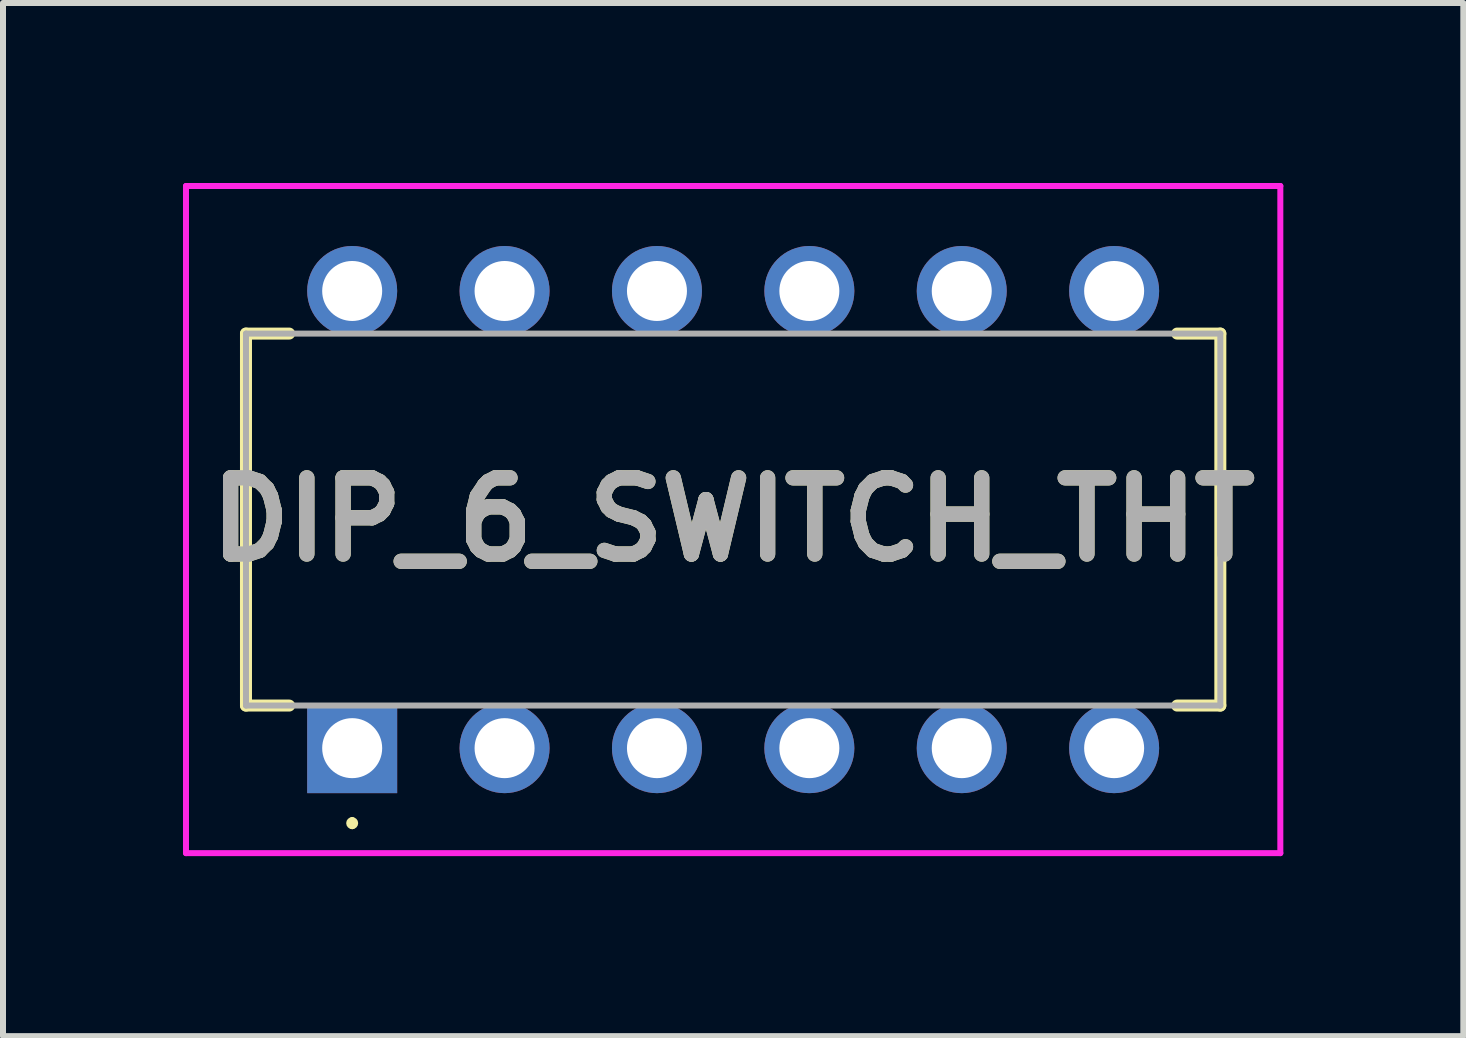
<source format=kicad_pcb>
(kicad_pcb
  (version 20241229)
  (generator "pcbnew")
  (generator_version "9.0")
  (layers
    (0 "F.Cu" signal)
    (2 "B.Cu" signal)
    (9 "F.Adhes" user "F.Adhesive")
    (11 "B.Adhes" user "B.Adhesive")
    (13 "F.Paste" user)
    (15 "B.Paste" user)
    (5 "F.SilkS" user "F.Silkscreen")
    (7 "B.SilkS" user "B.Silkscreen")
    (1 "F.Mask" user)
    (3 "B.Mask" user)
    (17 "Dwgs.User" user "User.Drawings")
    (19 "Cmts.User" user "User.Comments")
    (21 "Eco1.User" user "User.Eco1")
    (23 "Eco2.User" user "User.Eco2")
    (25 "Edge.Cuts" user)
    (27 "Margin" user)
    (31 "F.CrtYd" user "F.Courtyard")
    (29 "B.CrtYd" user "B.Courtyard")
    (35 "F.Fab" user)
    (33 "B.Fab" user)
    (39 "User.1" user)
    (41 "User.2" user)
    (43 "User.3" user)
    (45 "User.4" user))
  (footprint "DIP_6_SWITCH_THT"
    (layer "F.Cu")
    (at 2.82 9.42)
    (property "Reference" "DIP_6_SWITCH_THT" (at 6.35 -3.81 0) (layer "F.SilkS") (effects (font (size 1.27 1.27) (thickness 0.254))))
    (attr through_hole)
    (fp_line (start -1.77 -6.91) (end -1.77 -0.71) (stroke (width 0.2) (type solid)) (layer "F.SilkS"))
    (fp_line (start -1.77 -0.71) (end -1.05 -0.71) (stroke (width 0.2) (type solid)) (layer "F.SilkS"))
    (fp_line (start -1.05 -6.91) (end -1.77 -6.91) (stroke (width 0.2) (type solid)) (layer "F.SilkS"))
    (fp_line (start 0 1.2) (end 0 1.2) (stroke (width 0.1) (type solid)) (layer "F.SilkS"))
    (fp_line (start 0 1.3) (end 0 1.3) (stroke (width 0.1) (type solid)) (layer "F.SilkS"))
    (fp_line (start 13.75 -6.91) (end 14.47 -6.91) (stroke (width 0.2) (type solid)) (layer "F.SilkS"))
    (fp_line (start 14.47 -6.91) (end 14.47 -0.71) (stroke (width 0.2) (type solid)) (layer "F.SilkS"))
    (fp_line (start 14.47 -0.71) (end 13.75 -0.71) (stroke (width 0.2) (type solid)) (layer "F.SilkS"))
    (fp_arc (start 0 1.2) (mid 0.05 1.25) (end 0 1.3) (stroke (width 0.1) (type solid)) (layer "F.SilkS"))
    (fp_arc (start 0 1.3) (mid -0.05 1.25) (end 0 1.2) (stroke (width 0.1) (type solid)) (layer "F.SilkS"))
    (fp_line (start -2.77 -9.37) (end 15.47 -9.37) (stroke (width 0.1) (type solid)) (layer "F.CrtYd"))
    (fp_line (start -2.77 1.75) (end -2.77 -9.37) (stroke (width 0.1) (type solid)) (layer "F.CrtYd"))
    (fp_line (start 15.47 -9.37) (end 15.47 1.75) (stroke (width 0.1) (type solid)) (layer "F.CrtYd"))
    (fp_line (start 15.47 1.75) (end -2.77 1.75) (stroke (width 0.1) (type solid)) (layer "F.CrtYd"))
    (fp_line (start -1.77 -6.91) (end -1.77 -0.71) (stroke (width 0.1) (type solid)) (layer "F.Fab"))
    (fp_line (start -1.77 -0.71) (end 14.47 -0.71) (stroke (width 0.1) (type solid)) (layer "F.Fab"))
    (fp_line (start 14.47 -6.91) (end -1.77 -6.91) (stroke (width 0.1) (type solid)) (layer "F.Fab"))
    (fp_line (start 14.47 -0.71) (end 14.47 -6.91) (stroke (width 0.1) (type solid)) (layer "F.Fab"))
    (fp_text user "${REFERENCE}" (at 6.35 -3.81 0) (layer "F.Fab") (effects (font (size 1.27 1.27) (thickness 0.254))))
    (pad "A1" thru_hole rect (at 0 0) (size 1.5 1.5) (drill 1) (layers "*.Cu" "*.Mask"))
    (pad "A2" thru_hole circle (at 2.54 0) (size 1.5 1.5) (drill 1) (layers "*.Cu" "*.Mask"))
    (pad "A3" thru_hole circle (at 5.08 0) (size 1.5 1.5) (drill 1) (layers "*.Cu" "*.Mask"))
    (pad "A4" thru_hole circle (at 7.62 0) (size 1.5 1.5) (drill 1) (layers "*.Cu" "*.Mask"))
    (pad "A5" thru_hole circle (at 10.16 0) (size 1.5 1.5) (drill 1) (layers "*.Cu" "*.Mask"))
    (pad "A6" thru_hole circle (at 12.7 0) (size 1.5 1.5) (drill 1) (layers "*.Cu" "*.Mask"))
    (pad "B1" thru_hole circle (at 0 -7.62) (size 1.5 1.5) (drill 1) (layers "*.Cu" "*.Mask"))
    (pad "B2" thru_hole circle (at 2.54 -7.62) (size 1.5 1.5) (drill 1) (layers "*.Cu" "*.Mask"))
    (pad "B3" thru_hole circle (at 5.08 -7.62) (size 1.5 1.5) (drill 1) (layers "*.Cu" "*.Mask"))
    (pad "B4" thru_hole circle (at 7.62 -7.62) (size 1.5 1.5) (drill 1) (layers "*.Cu" "*.Mask"))
    (pad "B5" thru_hole circle (at 10.16 -7.62) (size 1.5 1.5) (drill 1) (layers "*.Cu" "*.Mask"))
    (pad "B6" thru_hole circle (at 12.7 -7.62) (size 1.5 1.5) (drill 1) (layers "*.Cu" "*.Mask")))
  (gr_rect
    (start -3 -3)
    (end 21.34 14.22)
    (stroke (width 0.1) (type default))
    (fill no)
    (layer "Edge.Cuts")))
</source>
